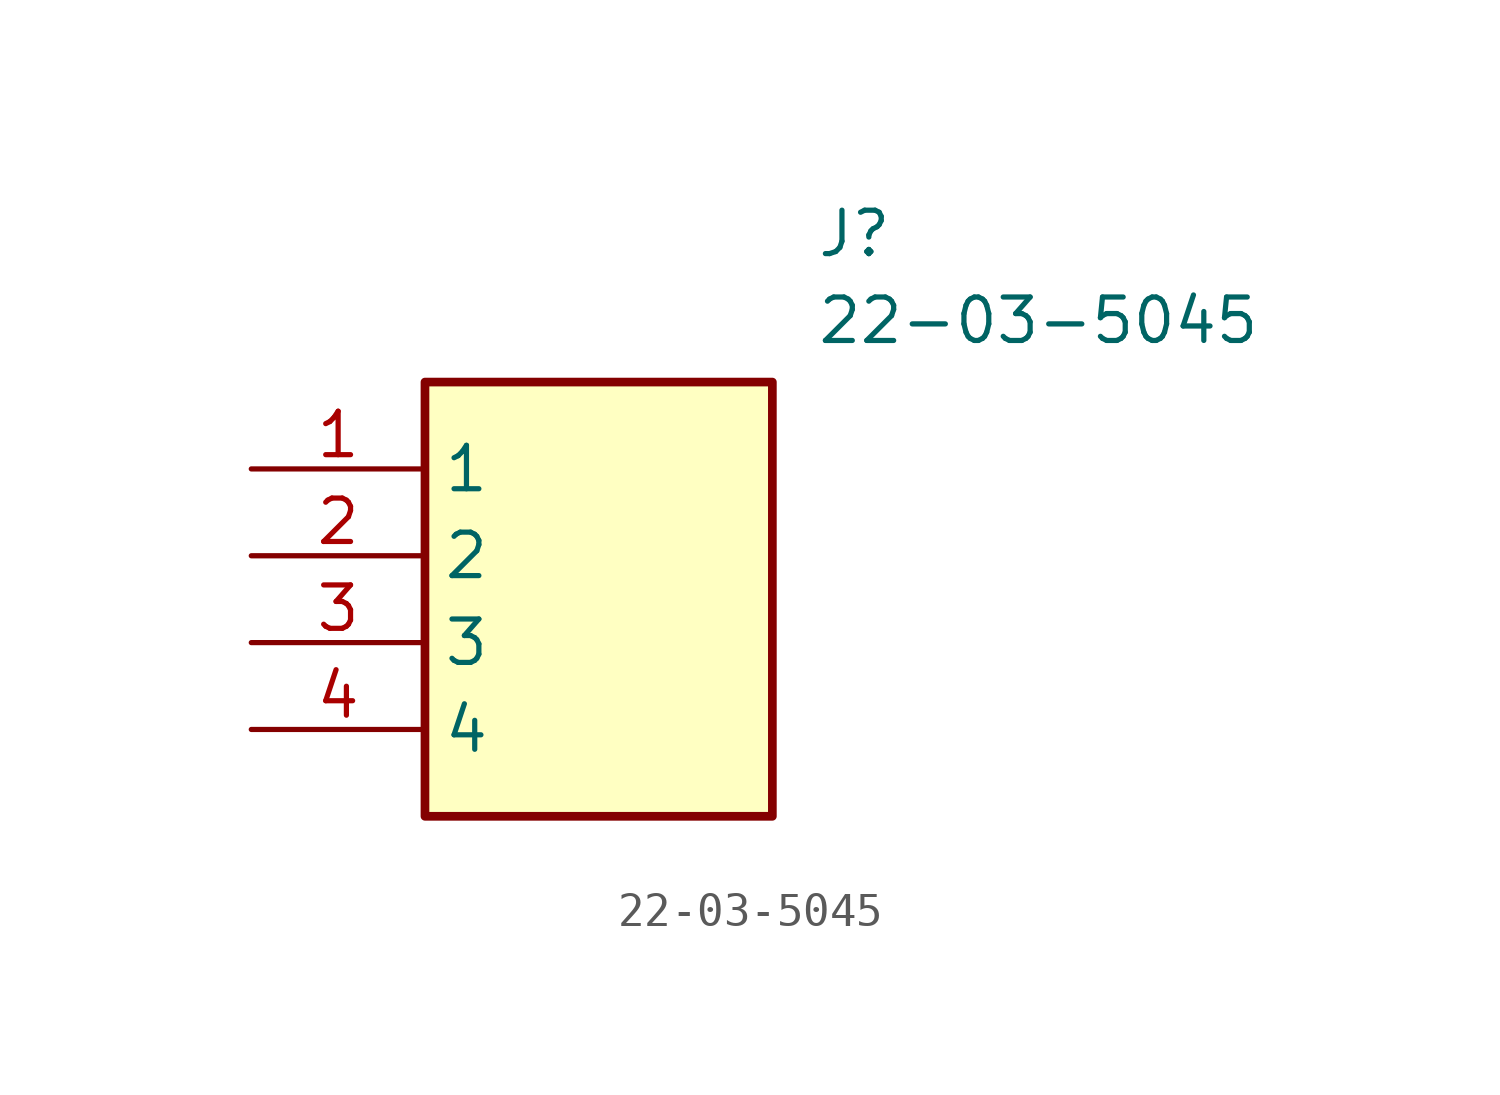
<source format=kicad_sym>
(kicad_symbol_lib
  (version 20211014)
  (generator SamacSys_ECAD_Model)
  (symbol "22-03-5045"
    (property "Reference" "J"
      (at 16.51 7.62 0)
      (effects (font (size 1.27 1.27)) (justify left top)))
    (property "Value" "22-03-5045"
      (at 16.51 5.08 0)
      (effects (font (size 1.27 1.27)) (justify left top)))
    (rectangle
      (start 5.08 2.54)
      (end 15.24 -10.16)
      (stroke (width 0.254) (type default))
      (fill (type background)))
    (pin passive line
      (at 0 0 0)
      (length 5.08)
      (name "1" (effects (font (size 1.27 1.27))))
      (number "1" (effects (font (size 1.27 1.27)))))
    (pin passive line
      (at 0 -2.54 0)
      (length 5.08)
      (name "2" (effects (font (size 1.27 1.27))))
      (number "2" (effects (font (size 1.27 1.27)))))
    (pin passive line
      (at 0 -5.08 0)
      (length 5.08)
      (name "3" (effects (font (size 1.27 1.27))))
      (number "3" (effects (font (size 1.27 1.27)))))
    (pin passive line
      (at 0 -7.62 0)
      (length 5.08)
      (name "4" (effects (font (size 1.27 1.27))))
      (number "4" (effects (font (size 1.27 1.27)))))))
</source>
